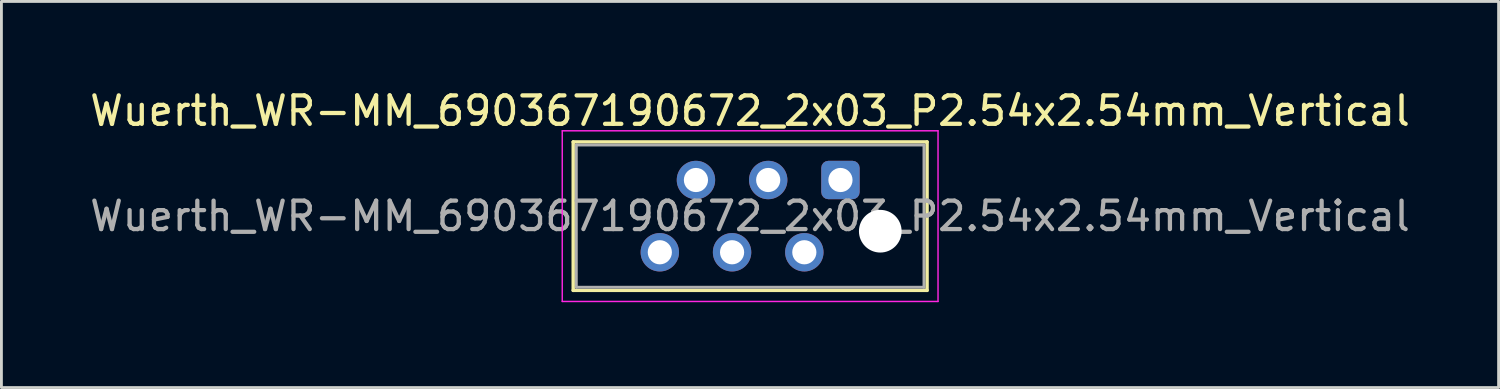
<source format=kicad_pcb>
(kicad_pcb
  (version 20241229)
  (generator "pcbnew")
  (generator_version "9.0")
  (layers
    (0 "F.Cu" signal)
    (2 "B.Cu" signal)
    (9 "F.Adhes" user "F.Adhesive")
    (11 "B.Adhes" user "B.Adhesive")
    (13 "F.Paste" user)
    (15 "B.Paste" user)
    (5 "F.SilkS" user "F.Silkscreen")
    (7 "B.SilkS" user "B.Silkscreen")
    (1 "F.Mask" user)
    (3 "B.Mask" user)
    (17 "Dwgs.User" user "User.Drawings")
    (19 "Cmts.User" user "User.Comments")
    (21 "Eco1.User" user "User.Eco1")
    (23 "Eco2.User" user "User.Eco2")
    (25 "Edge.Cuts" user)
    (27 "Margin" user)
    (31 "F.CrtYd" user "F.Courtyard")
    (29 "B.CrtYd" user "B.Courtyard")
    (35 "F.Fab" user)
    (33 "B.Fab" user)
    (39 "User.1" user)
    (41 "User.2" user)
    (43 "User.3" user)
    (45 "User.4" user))
  (footprint "Wuerth_WR-MM_690367190672_2x03_P2.54x2.54mm_Vertical"
    (layer "F.Cu")
    (at 26.495 3.278)
    (property "Reference" "Wuerth_WR-MM_690367190672_2x03_P2.54x2.54mm_Vertical" (at -3.18 -2.43 0) (layer "F.SilkS") (effects (font (size 1 1) (thickness 0.15))))
    (attr through_hole)
    (fp_line (start -9.395 -1.34) (end 3.045 -1.34) (stroke (width 0.12) (type solid)) (layer "F.SilkS"))
    (fp_line (start -9.395 3.88) (end -9.395 -1.34) (stroke (width 0.12) (type solid)) (layer "F.SilkS"))
    (fp_line (start 3.045 -1.34) (end 3.045 3.88) (stroke (width 0.12) (type solid)) (layer "F.SilkS"))
    (fp_line (start 3.045 3.88) (end -9.395 3.88) (stroke (width 0.12) (type solid)) (layer "F.SilkS"))
    (fp_line (start -9.78 -1.73) (end -9.78 4.27) (stroke (width 0.05) (type solid)) (layer "F.CrtYd"))
    (fp_line (start -9.78 4.27) (end 3.43 4.27) (stroke (width 0.05) (type solid)) (layer "F.CrtYd"))
    (fp_line (start 3.43 -1.73) (end -9.78 -1.73) (stroke (width 0.05) (type solid)) (layer "F.CrtYd"))
    (fp_line (start 3.43 4.27) (end 3.43 -1.73) (stroke (width 0.05) (type solid)) (layer "F.CrtYd"))
    (fp_line (start -9.285 -1.23) (end 2.935 -1.23) (stroke (width 0.1) (type solid)) (layer "F.Fab"))
    (fp_line (start -9.285 3.77) (end -9.285 -1.23) (stroke (width 0.1) (type solid)) (layer "F.Fab"))
    (fp_line (start 2.935 -1.23) (end 2.935 3.77) (stroke (width 0.1) (type solid)) (layer "F.Fab"))
    (fp_line (start 2.935 3.77) (end -9.285 3.77) (stroke (width 0.1) (type solid)) (layer "F.Fab"))
    (fp_text user "${REFERENCE}" (at -3.18 1.27 0) (layer "F.Fab") (effects (font (size 1 1) (thickness 0.15))))
    (pad "" np_thru_hole circle (at 1.4 1.8) (size 1.5 1.5) (drill 1.5) (layers "*.Cu" "*.Mask"))
    (pad "1" thru_hole roundrect (at 0 0) (size 1.35 1.35) (drill 0.85) (layers "*.Cu" "*.Mask") (roundrect_rratio 0.185))
    (pad "2" thru_hole circle (at -1.27 2.54) (size 1.35 1.35) (drill 0.85) (layers "*.Cu" "*.Mask"))
    (pad "3" thru_hole circle (at -2.54 0) (size 1.35 1.35) (drill 0.85) (layers "*.Cu" "*.Mask"))
    (pad "4" thru_hole circle (at -3.81 2.54) (size 1.35 1.35) (drill 0.85) (layers "*.Cu" "*.Mask"))
    (pad "5" thru_hole circle (at -5.08 0) (size 1.35 1.35) (drill 0.85) (layers "*.Cu" "*.Mask"))
    (pad "6" thru_hole circle (at -6.35 2.54) (size 1.35 1.35) (drill 0.85) (layers "*.Cu" "*.Mask")))
  (gr_rect
    (start -3 -3)
    (end 49.631 10.573)
    (stroke (width 0.1) (type default))
    (fill no)
    (layer "Edge.Cuts")))
</source>
